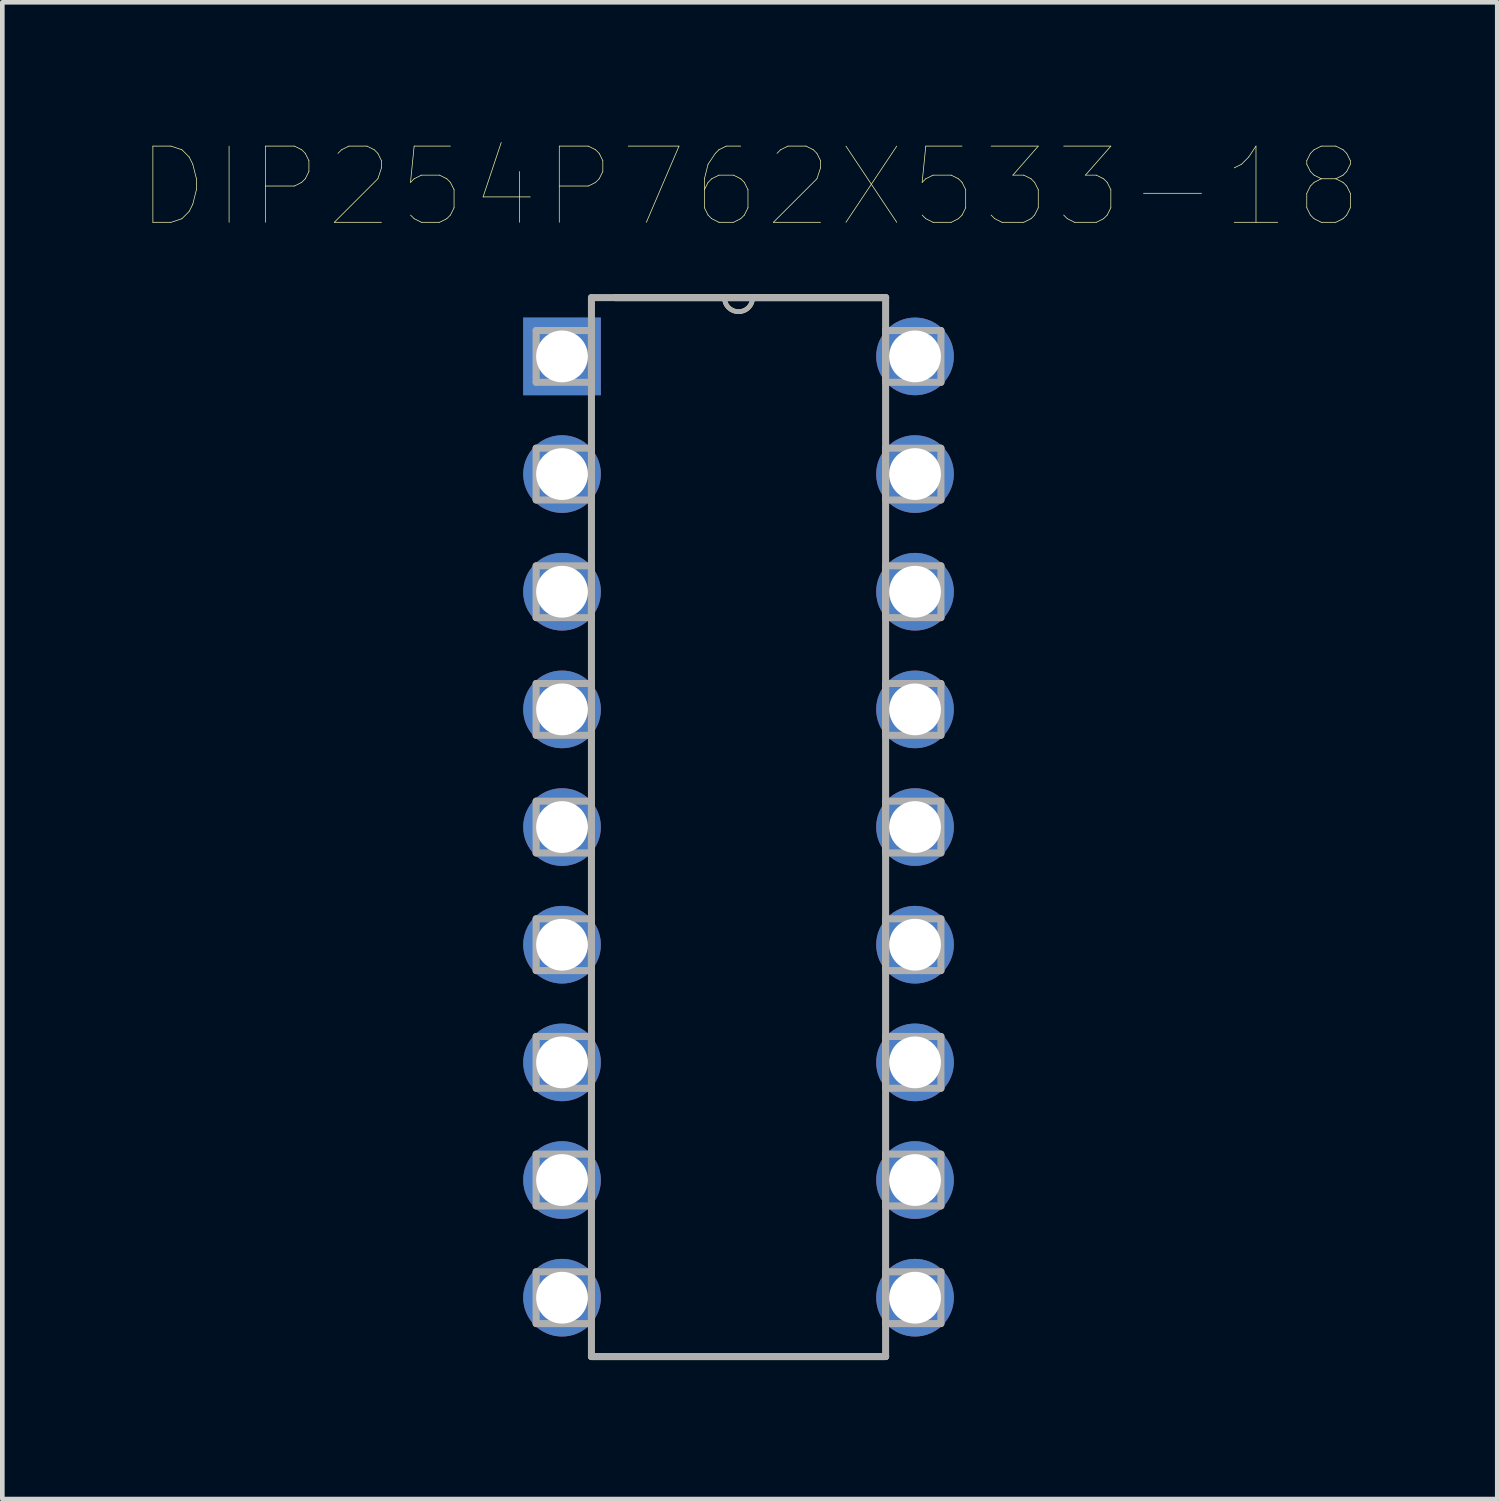
<source format=kicad_pcb>
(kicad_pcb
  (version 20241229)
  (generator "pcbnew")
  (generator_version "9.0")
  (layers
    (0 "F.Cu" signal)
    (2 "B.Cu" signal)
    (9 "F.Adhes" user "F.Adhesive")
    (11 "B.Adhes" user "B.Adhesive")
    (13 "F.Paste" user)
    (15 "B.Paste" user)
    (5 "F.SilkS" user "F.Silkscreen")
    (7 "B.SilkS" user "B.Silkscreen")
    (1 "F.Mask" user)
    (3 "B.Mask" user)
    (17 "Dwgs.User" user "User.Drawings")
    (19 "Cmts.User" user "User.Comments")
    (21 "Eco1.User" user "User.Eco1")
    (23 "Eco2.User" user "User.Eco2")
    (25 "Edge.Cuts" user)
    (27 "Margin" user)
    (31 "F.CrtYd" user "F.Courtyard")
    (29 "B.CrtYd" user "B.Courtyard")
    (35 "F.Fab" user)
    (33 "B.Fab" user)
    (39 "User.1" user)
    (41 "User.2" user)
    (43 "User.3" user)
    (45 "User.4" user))
  (footprint "DIP254P762X533-18"
    (layer "F.Cu")
    (at 16.703 24.964)
    (property "Reference" "DIP254P762X533-18" (at -3.567 -23.975 0) (layer "F.SilkS") (effects (font (size 1.645 1.645) (thickness 0.015))))
    (attr through_hole)
    (fp_line (start -6.985 1.27) (end -0.635 1.27) (stroke (width 0.152) (type solid)) (layer "F.SilkS"))
    (fp_line (start -4.115 -21.59) (end -6.477 -21.59) (stroke (width 0.152) (type solid)) (layer "F.SilkS"))
    (fp_line (start -3.505 -21.59) (end -4.115 -21.59) (stroke (width 0.152) (type solid)) (layer "F.SilkS"))
    (fp_line (start -0.635 -21.59) (end -3.505 -21.59) (stroke (width 0.152) (type solid)) (layer "F.SilkS"))
    (fp_arc (start -3.5052 -21.59) (mid -3.81 -21.2852) (end -4.1148 -21.59) (stroke (width 0.1) (type solid)) (layer "F.SilkS"))
    (fp_line (start -8.179 -20.879) (end -8.179 -19.761) (stroke (width 0.152) (type solid)) (layer "F.Fab"))
    (fp_line (start -8.179 -19.761) (end -6.985 -19.761) (stroke (width 0.152) (type solid)) (layer "F.Fab"))
    (fp_line (start -8.179 -18.339) (end -8.179 -17.221) (stroke (width 0.152) (type solid)) (layer "F.Fab"))
    (fp_line (start -8.179 -17.221) (end -6.985 -17.221) (stroke (width 0.152) (type solid)) (layer "F.Fab"))
    (fp_line (start -8.179 -15.799) (end -8.179 -14.681) (stroke (width 0.152) (type solid)) (layer "F.Fab"))
    (fp_line (start -8.179 -14.681) (end -6.985 -14.681) (stroke (width 0.152) (type solid)) (layer "F.Fab"))
    (fp_line (start -8.179 -13.259) (end -8.179 -12.141) (stroke (width 0.152) (type solid)) (layer "F.Fab"))
    (fp_line (start -8.179 -12.141) (end -6.985 -12.141) (stroke (width 0.152) (type solid)) (layer "F.Fab"))
    (fp_line (start -8.179 -10.719) (end -8.179 -9.601) (stroke (width 0.152) (type solid)) (layer "F.Fab"))
    (fp_line (start -8.179 -9.601) (end -6.985 -9.601) (stroke (width 0.152) (type solid)) (layer "F.Fab"))
    (fp_line (start -8.179 -8.179) (end -8.179 -7.061) (stroke (width 0.152) (type solid)) (layer "F.Fab"))
    (fp_line (start -8.179 -7.061) (end -6.985 -7.061) (stroke (width 0.152) (type solid)) (layer "F.Fab"))
    (fp_line (start -8.179 -5.639) (end -8.179 -4.521) (stroke (width 0.152) (type solid)) (layer "F.Fab"))
    (fp_line (start -8.179 -4.521) (end -6.985 -4.521) (stroke (width 0.152) (type solid)) (layer "F.Fab"))
    (fp_line (start -8.179 -3.099) (end -8.179 -1.981) (stroke (width 0.152) (type solid)) (layer "F.Fab"))
    (fp_line (start -8.179 -1.981) (end -6.985 -1.981) (stroke (width 0.152) (type solid)) (layer "F.Fab"))
    (fp_line (start -8.179 -0.559) (end -8.179 0.559) (stroke (width 0.152) (type solid)) (layer "F.Fab"))
    (fp_line (start -8.179 0.559) (end -6.985 0.559) (stroke (width 0.152) (type solid)) (layer "F.Fab"))
    (fp_line (start -6.985 -21.59) (end -6.985 1.27) (stroke (width 0.152) (type solid)) (layer "F.Fab"))
    (fp_line (start -6.985 -20.879) (end -8.179 -20.879) (stroke (width 0.152) (type solid)) (layer "F.Fab"))
    (fp_line (start -6.985 -19.761) (end -6.985 -20.879) (stroke (width 0.152) (type solid)) (layer "F.Fab"))
    (fp_line (start -6.985 -18.339) (end -8.179 -18.339) (stroke (width 0.152) (type solid)) (layer "F.Fab"))
    (fp_line (start -6.985 -17.221) (end -6.985 -18.339) (stroke (width 0.152) (type solid)) (layer "F.Fab"))
    (fp_line (start -6.985 -15.799) (end -8.179 -15.799) (stroke (width 0.152) (type solid)) (layer "F.Fab"))
    (fp_line (start -6.985 -14.681) (end -6.985 -15.799) (stroke (width 0.152) (type solid)) (layer "F.Fab"))
    (fp_line (start -6.985 -13.259) (end -8.179 -13.259) (stroke (width 0.152) (type solid)) (layer "F.Fab"))
    (fp_line (start -6.985 -12.141) (end -6.985 -13.259) (stroke (width 0.152) (type solid)) (layer "F.Fab"))
    (fp_line (start -6.985 -10.719) (end -8.179 -10.719) (stroke (width 0.152) (type solid)) (layer "F.Fab"))
    (fp_line (start -6.985 -9.601) (end -6.985 -10.719) (stroke (width 0.152) (type solid)) (layer "F.Fab"))
    (fp_line (start -6.985 -8.179) (end -8.179 -8.179) (stroke (width 0.152) (type solid)) (layer "F.Fab"))
    (fp_line (start -6.985 -7.061) (end -6.985 -8.179) (stroke (width 0.152) (type solid)) (layer "F.Fab"))
    (fp_line (start -6.985 -5.639) (end -8.179 -5.639) (stroke (width 0.152) (type solid)) (layer "F.Fab"))
    (fp_line (start -6.985 -4.521) (end -6.985 -5.639) (stroke (width 0.152) (type solid)) (layer "F.Fab"))
    (fp_line (start -6.985 -3.099) (end -8.179 -3.099) (stroke (width 0.152) (type solid)) (layer "F.Fab"))
    (fp_line (start -6.985 -1.981) (end -6.985 -3.099) (stroke (width 0.152) (type solid)) (layer "F.Fab"))
    (fp_line (start -6.985 -0.559) (end -8.179 -0.559) (stroke (width 0.152) (type solid)) (layer "F.Fab"))
    (fp_line (start -6.985 0.559) (end -6.985 -0.559) (stroke (width 0.152) (type solid)) (layer "F.Fab"))
    (fp_line (start -6.985 1.27) (end -0.635 1.27) (stroke (width 0.152) (type solid)) (layer "F.Fab"))
    (fp_line (start -4.115 -21.59) (end -6.985 -21.59) (stroke (width 0.152) (type solid)) (layer "F.Fab"))
    (fp_line (start -3.505 -21.59) (end -4.115 -21.59) (stroke (width 0.152) (type solid)) (layer "F.Fab"))
    (fp_line (start -0.635 -21.59) (end -3.505 -21.59) (stroke (width 0.152) (type solid)) (layer "F.Fab"))
    (fp_line (start -0.635 -20.879) (end -0.635 -19.761) (stroke (width 0.152) (type solid)) (layer "F.Fab"))
    (fp_line (start -0.635 -19.761) (end 0.559 -19.761) (stroke (width 0.152) (type solid)) (layer "F.Fab"))
    (fp_line (start -0.635 -18.339) (end -0.635 -17.221) (stroke (width 0.152) (type solid)) (layer "F.Fab"))
    (fp_line (start -0.635 -17.221) (end 0.559 -17.221) (stroke (width 0.152) (type solid)) (layer "F.Fab"))
    (fp_line (start -0.635 -15.799) (end -0.635 -14.681) (stroke (width 0.152) (type solid)) (layer "F.Fab"))
    (fp_line (start -0.635 -14.681) (end 0.559 -14.681) (stroke (width 0.152) (type solid)) (layer "F.Fab"))
    (fp_line (start -0.635 -13.259) (end -0.635 -12.141) (stroke (width 0.152) (type solid)) (layer "F.Fab"))
    (fp_line (start -0.635 -12.141) (end 0.559 -12.141) (stroke (width 0.152) (type solid)) (layer "F.Fab"))
    (fp_line (start -0.635 -10.719) (end -0.635 -9.601) (stroke (width 0.152) (type solid)) (layer "F.Fab"))
    (fp_line (start -0.635 -9.601) (end 0.559 -9.601) (stroke (width 0.152) (type solid)) (layer "F.Fab"))
    (fp_line (start -0.635 -8.179) (end -0.635 -7.061) (stroke (width 0.152) (type solid)) (layer "F.Fab"))
    (fp_line (start -0.635 -7.061) (end 0.559 -7.061) (stroke (width 0.152) (type solid)) (layer "F.Fab"))
    (fp_line (start -0.635 -5.639) (end -0.635 -4.521) (stroke (width 0.152) (type solid)) (layer "F.Fab"))
    (fp_line (start -0.635 -4.521) (end 0.559 -4.521) (stroke (width 0.152) (type solid)) (layer "F.Fab"))
    (fp_line (start -0.635 -3.099) (end -0.635 -1.981) (stroke (width 0.152) (type solid)) (layer "F.Fab"))
    (fp_line (start -0.635 -1.981) (end 0.559 -1.981) (stroke (width 0.152) (type solid)) (layer "F.Fab"))
    (fp_line (start -0.635 -0.559) (end -0.635 0.559) (stroke (width 0.152) (type solid)) (layer "F.Fab"))
    (fp_line (start -0.635 0.559) (end 0.559 0.559) (stroke (width 0.152) (type solid)) (layer "F.Fab"))
    (fp_line (start -0.635 1.27) (end -0.635 -21.59) (stroke (width 0.152) (type solid)) (layer "F.Fab"))
    (fp_line (start 0.559 -20.879) (end -0.635 -20.879) (stroke (width 0.152) (type solid)) (layer "F.Fab"))
    (fp_line (start 0.559 -19.761) (end 0.559 -20.879) (stroke (width 0.152) (type solid)) (layer "F.Fab"))
    (fp_line (start 0.559 -18.339) (end -0.635 -18.339) (stroke (width 0.152) (type solid)) (layer "F.Fab"))
    (fp_line (start 0.559 -17.221) (end 0.559 -18.339) (stroke (width 0.152) (type solid)) (layer "F.Fab"))
    (fp_line (start 0.559 -15.799) (end -0.635 -15.799) (stroke (width 0.152) (type solid)) (layer "F.Fab"))
    (fp_line (start 0.559 -14.681) (end 0.559 -15.799) (stroke (width 0.152) (type solid)) (layer "F.Fab"))
    (fp_line (start 0.559 -13.259) (end -0.635 -13.259) (stroke (width 0.152) (type solid)) (layer "F.Fab"))
    (fp_line (start 0.559 -12.141) (end 0.559 -13.259) (stroke (width 0.152) (type solid)) (layer "F.Fab"))
    (fp_line (start 0.559 -10.719) (end -0.635 -10.719) (stroke (width 0.152) (type solid)) (layer "F.Fab"))
    (fp_line (start 0.559 -9.601) (end 0.559 -10.719) (stroke (width 0.152) (type solid)) (layer "F.Fab"))
    (fp_line (start 0.559 -8.179) (end -0.635 -8.179) (stroke (width 0.152) (type solid)) (layer "F.Fab"))
    (fp_line (start 0.559 -7.061) (end 0.559 -8.179) (stroke (width 0.152) (type solid)) (layer "F.Fab"))
    (fp_line (start 0.559 -5.639) (end -0.635 -5.639) (stroke (width 0.152) (type solid)) (layer "F.Fab"))
    (fp_line (start 0.559 -4.521) (end 0.559 -5.639) (stroke (width 0.152) (type solid)) (layer "F.Fab"))
    (fp_line (start 0.559 -3.099) (end -0.635 -3.099) (stroke (width 0.152) (type solid)) (layer "F.Fab"))
    (fp_line (start 0.559 -1.981) (end 0.559 -3.099) (stroke (width 0.152) (type solid)) (layer "F.Fab"))
    (fp_line (start 0.559 -0.559) (end -0.635 -0.559) (stroke (width 0.152) (type solid)) (layer "F.Fab"))
    (fp_line (start 0.559 0.559) (end 0.559 -0.559) (stroke (width 0.152) (type solid)) (layer "F.Fab"))
    (fp_arc (start -3.5052 -21.59) (mid -3.81 -21.2852) (end -4.1148 -21.59) (stroke (width 0.1) (type solid)) (layer "F.Fab"))
    (pad "1" thru_hole rect (at -7.62 -20.32) (size 1.676 1.676) (drill 1.118) (layers "*.Cu" "*.Mask"))
    (pad "2" thru_hole circle (at -7.62 -17.78) (size 1.676 1.676) (drill 1.118) (layers "*.Cu" "*.Mask"))
    (pad "3" thru_hole circle (at -7.62 -15.24) (size 1.676 1.676) (drill 1.118) (layers "*.Cu" "*.Mask"))
    (pad "4" thru_hole circle (at -7.62 -12.7) (size 1.676 1.676) (drill 1.118) (layers "*.Cu" "*.Mask"))
    (pad "5" thru_hole circle (at -7.62 -10.16) (size 1.676 1.676) (drill 1.118) (layers "*.Cu" "*.Mask"))
    (pad "6" thru_hole circle (at -7.62 -7.62) (size 1.676 1.676) (drill 1.118) (layers "*.Cu" "*.Mask"))
    (pad "7" thru_hole circle (at -7.62 -5.08) (size 1.676 1.676) (drill 1.118) (layers "*.Cu" "*.Mask"))
    (pad "8" thru_hole circle (at -7.62 -2.54) (size 1.676 1.676) (drill 1.118) (layers "*.Cu" "*.Mask"))
    (pad "9" thru_hole circle (at -7.62 0) (size 1.676 1.676) (drill 1.118) (layers "*.Cu" "*.Mask"))
    (pad "10" thru_hole circle (at 0 0) (size 1.676 1.676) (drill 1.118) (layers "*.Cu" "*.Mask"))
    (pad "11" thru_hole circle (at 0 -2.54) (size 1.676 1.676) (drill 1.118) (layers "*.Cu" "*.Mask"))
    (pad "12" thru_hole circle (at 0 -5.08) (size 1.676 1.676) (drill 1.118) (layers "*.Cu" "*.Mask"))
    (pad "13" thru_hole circle (at 0 -7.62) (size 1.676 1.676) (drill 1.118) (layers "*.Cu" "*.Mask"))
    (pad "14" thru_hole circle (at 0 -10.16) (size 1.676 1.676) (drill 1.118) (layers "*.Cu" "*.Mask"))
    (pad "15" thru_hole circle (at 0 -12.7) (size 1.676 1.676) (drill 1.118) (layers "*.Cu" "*.Mask"))
    (pad "16" thru_hole circle (at 0 -15.24) (size 1.676 1.676) (drill 1.118) (layers "*.Cu" "*.Mask"))
    (pad "17" thru_hole circle (at 0 -17.78) (size 1.676 1.676) (drill 1.118) (layers "*.Cu" "*.Mask"))
    (pad "18" thru_hole circle (at 0 -20.32) (size 1.676 1.676) (drill 1.118) (layers "*.Cu" "*.Mask")))
  (gr_rect
    (start -3 -3)
    (end 29.272 29.31)
    (stroke (width 0.1) (type default))
    (fill no)
    (layer "Edge.Cuts")))
</source>
